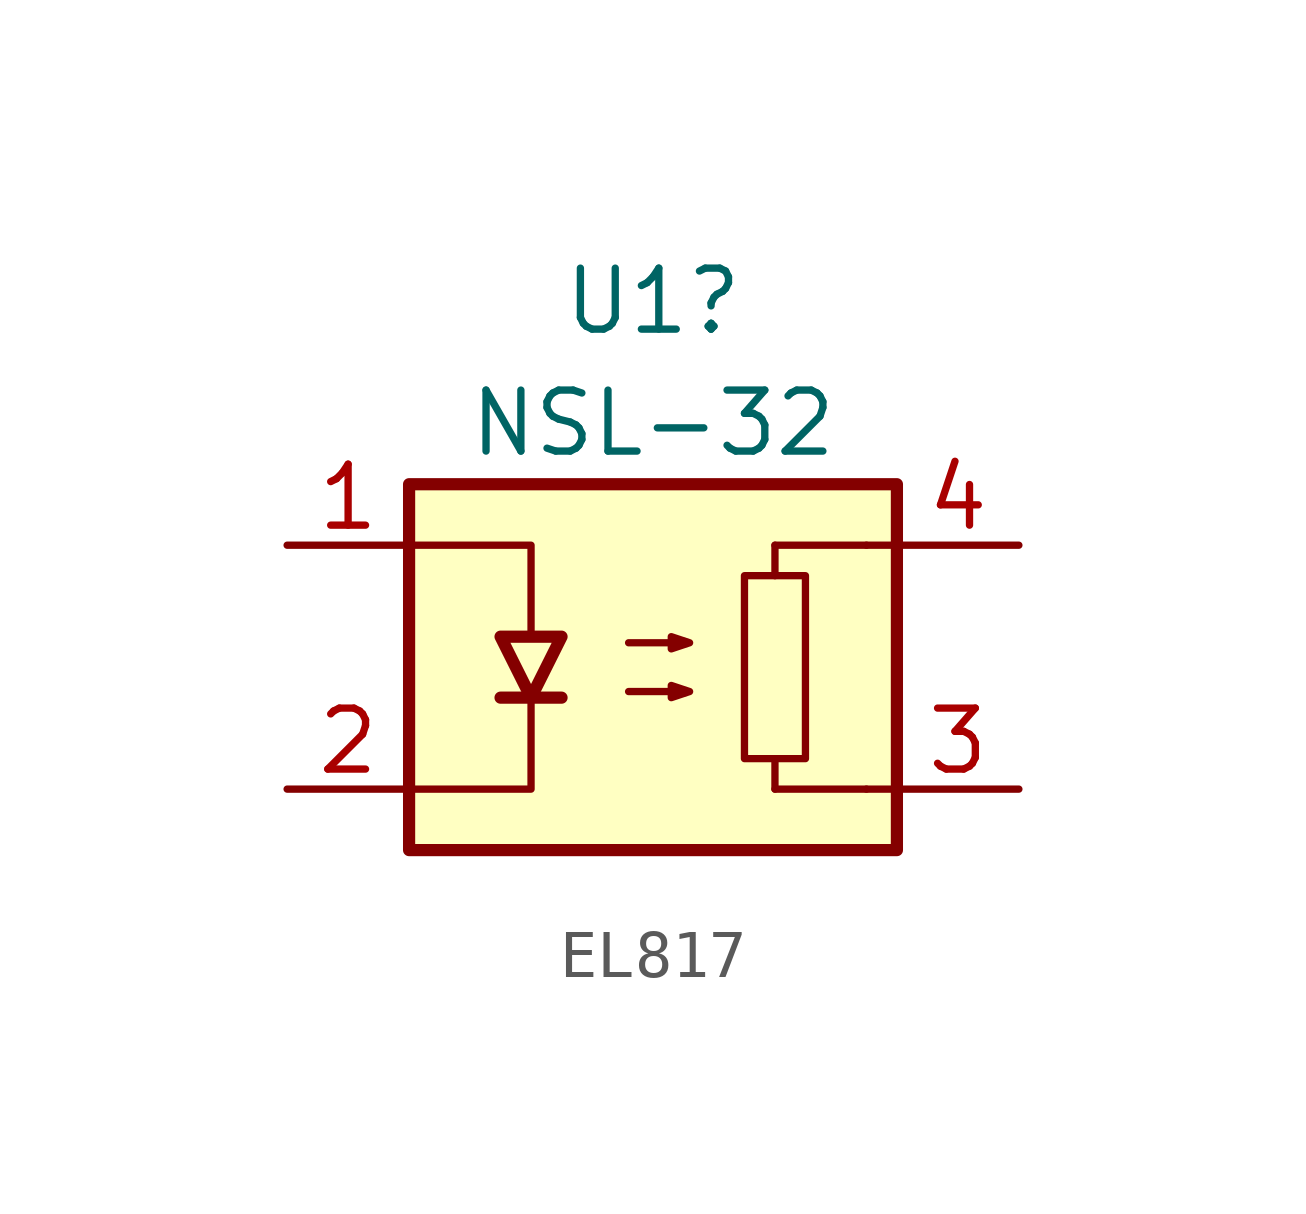
<source format=kicad_sym>
(kicad_symbol_lib
  (version 20220914)
  (generator kicad_symbol_editor)
  (symbol "EL817"
    (pin_names
      (offset 1.016))
    (property "Reference" "U1"
      (at 0 7.62 0)
      (effects (font (size 1.27 1.27))))
    (property "Value" "NSL-32"
      (at 0 5.08 0)
      (effects (font (size 1.27 1.27))))
    (symbol "EL817_0_1"
      (rectangle (start -5.08 3.81) (end 5.08 -3.81) (stroke (width 0.254) (type default)) (fill (type background)))
      (polyline (pts (xy -3.175 -0.635) (xy -1.905 -0.635)) (stroke (width 0.254) (type default)) (fill (type none)))
      (polyline (pts (xy 2.54 -2.54) (xy 2.54 -1.905)) (stroke (width 0) (type default)) (fill (type none)))
      (polyline (pts (xy 2.54 2.54) (xy 2.54 1.905)) (stroke (width 0) (type default)) (fill (type none)))
      (polyline (pts (xy 2.54 2.54) (xy 4.445 2.54)) (stroke (width 0) (type default)) (fill (type none)))
      (polyline (pts (xy 4.445 -2.54) (xy 2.54 -2.54)) (stroke (width 0) (type default)) (fill (type outline)))
      (polyline (pts (xy 4.445 -2.54) (xy 5.08 -2.54)) (stroke (width 0) (type default)) (fill (type none)))
      (polyline (pts (xy 4.445 2.54) (xy 5.08 2.54)) (stroke (width 0) (type default)) (fill (type none)))
      (polyline (pts (xy -5.08 2.54) (xy -2.54 2.54) (xy -2.54 0.635)) (stroke (width 0) (type default)) (fill (type none)))
      (polyline (pts (xy -2.54 -0.635) (xy -2.54 -2.54) (xy -5.08 -2.54)) (stroke (width 0) (type default)) (fill (type none)))
      (polyline (pts (xy -2.54 -0.635) (xy -3.175 0.635) (xy -1.905 0.635) (xy -2.54 -0.635)) (stroke (width 0.254) (type default)) (fill (type none)))
      (polyline (pts (xy -0.508 -0.508) (xy 0.762 -0.508) (xy 0.381 -0.635) (xy 0.381 -0.381) (xy 0.762 -0.508)) (stroke (width 0) (type default)) (fill (type none)))
      (polyline (pts (xy -0.508 0.508) (xy 0.762 0.508) (xy 0.381 0.381) (xy 0.381 0.635) (xy 0.762 0.508)) (stroke (width 0) (type default)) (fill (type none)))
      (rectangle (start 1.905 1.905) (end 3.175 -1.905) (stroke (width 0) (type default)) (fill (type none))))
    (symbol "EL817_1_1"
      (pin passive line (at -7.62 2.54 0) (length 2.54) (name "~" (effects (font (size 1.27 1.27)))) (number "1" (effects (font (size 1.27 1.27)))))
      (pin passive line (at -7.62 -2.54 0) (length 2.54) (name "~" (effects (font (size 1.27 1.27)))) (number "2" (effects (font (size 1.27 1.27)))))
      (pin passive line (at 7.62 -2.54 180) (length 2.54) (name "~" (effects (font (size 1.27 1.27)))) (number "3" (effects (font (size 1.27 1.27)))))
      (pin passive line (at 7.62 2.54 180) (length 2.54) (name "~" (effects (font (size 1.27 1.27)))) (number "4" (effects (font (size 1.27 1.27))))))))
</source>
